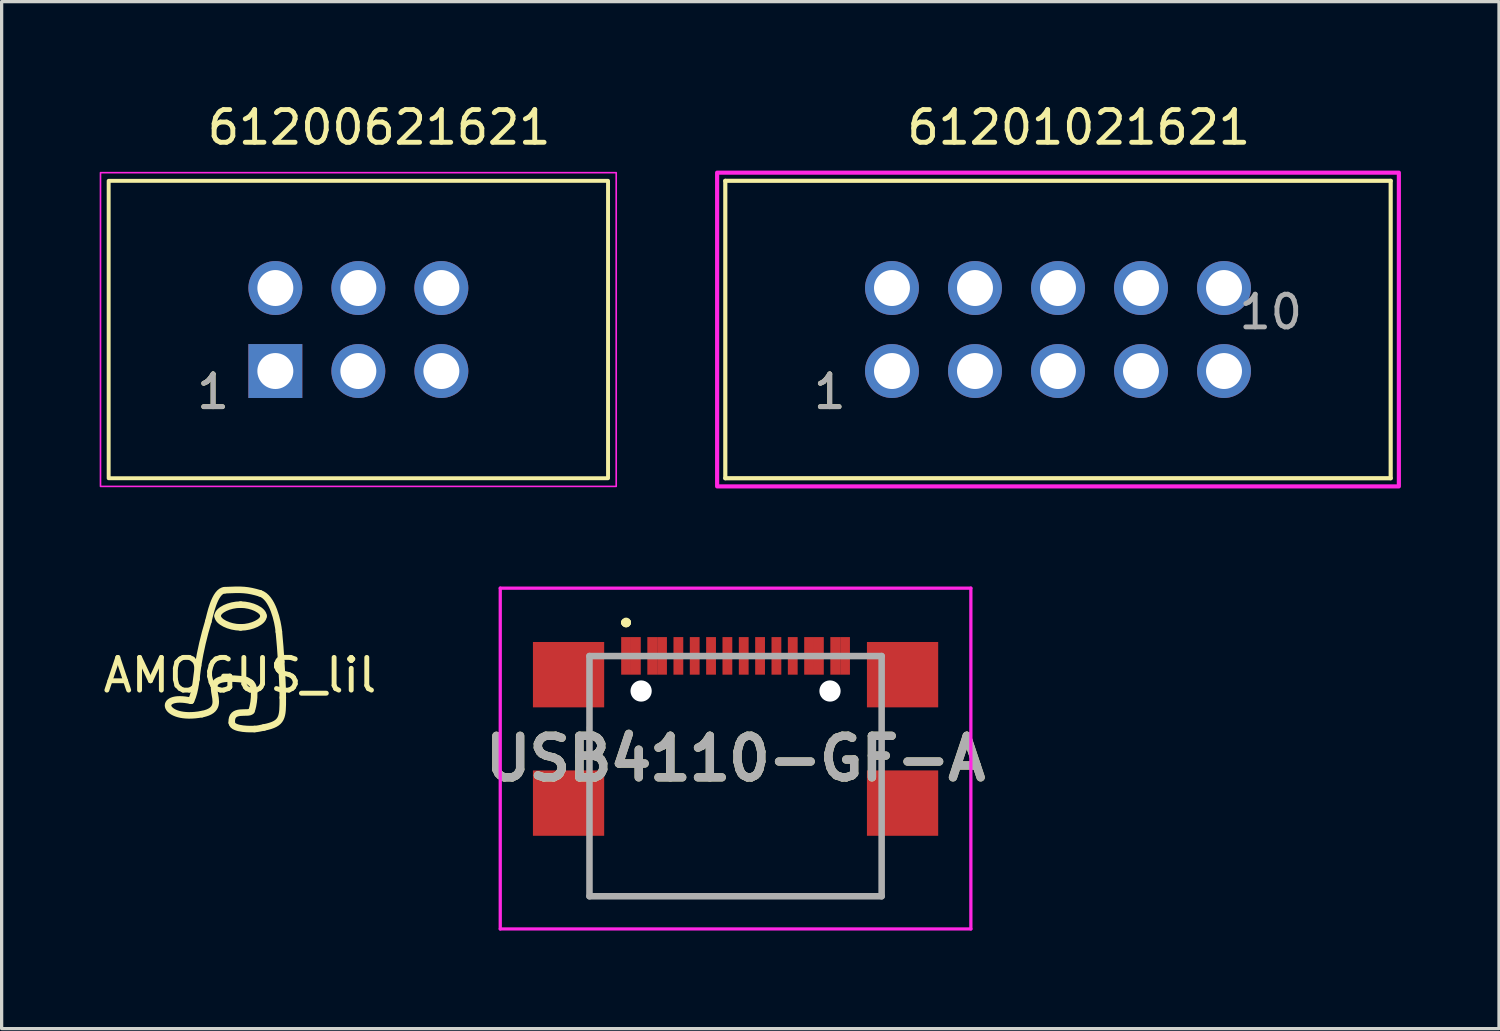
<source format=kicad_pcb>
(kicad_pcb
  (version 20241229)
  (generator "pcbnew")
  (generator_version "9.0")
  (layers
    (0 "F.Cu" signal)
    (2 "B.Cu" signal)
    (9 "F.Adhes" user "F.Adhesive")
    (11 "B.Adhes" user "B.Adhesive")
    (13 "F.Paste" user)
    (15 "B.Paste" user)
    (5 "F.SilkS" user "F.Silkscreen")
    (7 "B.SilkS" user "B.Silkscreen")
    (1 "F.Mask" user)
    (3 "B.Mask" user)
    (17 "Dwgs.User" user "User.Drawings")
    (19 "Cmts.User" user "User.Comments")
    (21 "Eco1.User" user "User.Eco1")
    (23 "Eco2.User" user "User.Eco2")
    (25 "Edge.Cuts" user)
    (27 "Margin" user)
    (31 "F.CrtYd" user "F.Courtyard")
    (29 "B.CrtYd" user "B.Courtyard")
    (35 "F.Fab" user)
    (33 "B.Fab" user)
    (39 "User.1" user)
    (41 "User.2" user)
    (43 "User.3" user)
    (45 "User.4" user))
  (footprint "61201021621"
    (layer "F.Cu")
    (at 29.323 7.033)
    (property "Reference" "61201021621" (at 0.635 -6.185 0) (layer "F.SilkS") (effects (font (size 1 1) (thickness 0.15))))
    (attr through_hole)
    (fp_line (start -10.18 -4.55) (end 10.18 -4.55) (stroke (width 0.127) (type solid)) (layer "F.SilkS"))
    (fp_line (start -10.18 4.55) (end -10.18 -4.55) (stroke (width 0.127) (type solid)) (layer "F.SilkS"))
    (fp_line (start 10.18 -4.55) (end 10.18 4.55) (stroke (width 0.127) (type solid)) (layer "F.SilkS"))
    (fp_line (start 10.18 4.55) (end -10.18 4.55) (stroke (width 0.127) (type solid)) (layer "F.SilkS"))
    (fp_poly (pts (xy -10.43 -4.8) (xy 10.43 -4.8) (xy 10.43 4.8) (xy -10.43 4.8)) (stroke (width 0.127) (type solid)) (fill no) (layer "F.CrtYd"))
    (fp_text user "1" (at -6.985 1.905 0) (layer "F.SilkS") (effects (font (size 1 1) (thickness 0.15))))
    (fp_text user "10" (at 6.51 -0.535 0) (layer "F.Fab") (effects (font (size 1 1) (thickness 0.15))))
    (fp_text user "1" (at -6.985 1.905 0) (layer "F.Fab") (effects (font (size 1 1) (thickness 0.15))))
    (pad "1" thru_hole circle (at -5.08 1.27) (size 1.65 1.65) (drill 1.1) (layers "*.Cu" "*.Mask"))
    (pad "2" thru_hole circle (at -5.08 -1.27) (size 1.65 1.65) (drill 1.1) (layers "*.Cu" "*.Mask"))
    (pad "3" thru_hole circle (at -2.54 1.27) (size 1.65 1.65) (drill 1.1) (layers "*.Cu" "*.Mask"))
    (pad "4" thru_hole circle (at -2.54 -1.27) (size 1.65 1.65) (drill 1.1) (layers "*.Cu" "*.Mask"))
    (pad "5" thru_hole circle (at 0 1.27) (size 1.65 1.65) (drill 1.1) (layers "*.Cu" "*.Mask"))
    (pad "6" thru_hole circle (at 0 -1.27) (size 1.65 1.65) (drill 1.1) (layers "*.Cu" "*.Mask"))
    (pad "7" thru_hole circle (at 2.54 1.27) (size 1.65 1.65) (drill 1.1) (layers "*.Cu" "*.Mask"))
    (pad "8" thru_hole circle (at 2.54 -1.27) (size 1.65 1.65) (drill 1.1) (layers "*.Cu" "*.Mask"))
    (pad "9" thru_hole circle (at 5.08 1.27) (size 1.65 1.65) (drill 1.1) (layers "*.Cu" "*.Mask"))
    (pad "10" thru_hole circle (at 5.08 -1.27) (size 1.65 1.65) (drill 1.1) (layers "*.Cu" "*.Mask")))
  (footprint "USB4110-GF-A"
    (layer "F.Cu")
    (at 19.457 20.697)
    (property "Reference" "USB4110-GF-A" (at 0 -0.536 0) (layer "F.SilkS") (effects (font (size 1.27 1.27) (thickness 0.254))))
    (attr smd)
    (fp_line (start -4.5 -1.5) (end -4.5 -0.75) (stroke (width 0.1) (type solid)) (layer "F.SilkS"))
    (fp_line (start -4.5 -0.75) (end -4.47 -0.75) (stroke (width 0.1) (type solid)) (layer "F.SilkS"))
    (fp_line (start -4.47 -1.5) (end -4.5 -1.5) (stroke (width 0.1) (type solid)) (layer "F.SilkS"))
    (fp_line (start -4.47 -0.75) (end -4.47 -1.5) (stroke (width 0.1) (type solid)) (layer "F.SilkS"))
    (fp_line (start -4.47 2.5) (end -4.47 2.5) (stroke (width 0.1) (type solid)) (layer "F.SilkS"))
    (fp_line (start -4.47 2.5) (end -4.47 3.677) (stroke (width 0.1) (type solid)) (layer "F.SilkS"))
    (fp_line (start -4.47 3.677) (end -4.47 2.5) (stroke (width 0.1) (type solid)) (layer "F.SilkS"))
    (fp_line (start -4.47 3.677) (end -4.47 3.677) (stroke (width 0.1) (type solid)) (layer "F.SilkS"))
    (fp_line (start -4.47 3.677) (end -4.47 3.677) (stroke (width 0.1) (type solid)) (layer "F.SilkS"))
    (fp_line (start -4.47 3.677) (end 4.47 3.677) (stroke (width 0.1) (type solid)) (layer "F.SilkS"))
    (fp_line (start -3.4 -4.7) (end -3.4 -4.7) (stroke (width 0.2) (type solid)) (layer "F.SilkS"))
    (fp_line (start -3.4 -4.7) (end -3.4 -4.7) (stroke (width 0.2) (type solid)) (layer "F.SilkS"))
    (fp_line (start -3.3 -4.7) (end -3.3 -4.7) (stroke (width 0.2) (type solid)) (layer "F.SilkS"))
    (fp_line (start 4.47 -1.75) (end 4.47 -1.75) (stroke (width 0.1) (type solid)) (layer "F.SilkS"))
    (fp_line (start 4.47 -1.75) (end 4.47 -0.75) (stroke (width 0.1) (type solid)) (layer "F.SilkS"))
    (fp_line (start 4.47 -0.75) (end 4.47 -1.75) (stroke (width 0.1) (type solid)) (layer "F.SilkS"))
    (fp_line (start 4.47 -0.75) (end 4.47 -0.75) (stroke (width 0.1) (type solid)) (layer "F.SilkS"))
    (fp_line (start 4.47 2.25) (end 4.47 2.25) (stroke (width 0.1) (type solid)) (layer "F.SilkS"))
    (fp_line (start 4.47 2.25) (end 4.47 3.677) (stroke (width 0.1) (type solid)) (layer "F.SilkS"))
    (fp_line (start 4.47 3.677) (end -4.47 3.677) (stroke (width 0.1) (type solid)) (layer "F.SilkS"))
    (fp_line (start 4.47 3.677) (end 4.47 2.25) (stroke (width 0.1) (type solid)) (layer "F.SilkS"))
    (fp_line (start 4.47 3.677) (end 4.47 3.677) (stroke (width 0.1) (type solid)) (layer "F.SilkS"))
    (fp_line (start 4.47 3.677) (end 4.47 3.677) (stroke (width 0.1) (type solid)) (layer "F.SilkS"))
    (fp_arc (start -3.4 -4.7) (mid -3.35 -4.75) (end -3.3 -4.7) (stroke (width 0.2) (type solid)) (layer "F.SilkS"))
    (fp_arc (start -3.3 -4.7) (mid -3.35 -4.65) (end -3.4 -4.7) (stroke (width 0.2) (type solid)) (layer "F.SilkS"))
    (fp_arc (start -3.3 -4.7) (mid -3.35 -4.65) (end -3.4 -4.7) (stroke (width 0.2) (type solid)) (layer "F.SilkS"))
    (fp_line (start -7.2 -5.75) (end 7.2 -5.75) (stroke (width 0.1) (type solid)) (layer "F.CrtYd"))
    (fp_line (start -7.2 4.677) (end -7.2 -5.75) (stroke (width 0.1) (type solid)) (layer "F.CrtYd"))
    (fp_line (start 7.2 -5.75) (end 7.2 4.677) (stroke (width 0.1) (type solid)) (layer "F.CrtYd"))
    (fp_line (start 7.2 4.677) (end -7.2 4.677) (stroke (width 0.1) (type solid)) (layer "F.CrtYd"))
    (fp_line (start -4.47 -3.673) (end -4.47 3.677) (stroke (width 0.2) (type solid)) (layer "F.Fab"))
    (fp_line (start -4.47 3.677) (end 4.47 3.677) (stroke (width 0.2) (type solid)) (layer "F.Fab"))
    (fp_line (start 4.47 -3.673) (end -4.47 -3.673) (stroke (width 0.2) (type solid)) (layer "F.Fab"))
    (fp_line (start 4.47 3.677) (end 4.47 -3.673) (stroke (width 0.2) (type solid)) (layer "F.Fab"))
    (fp_text user "${REFERENCE}" (at 0 -0.536 0) (layer "F.Fab") (effects (font (size 1.27 1.27) (thickness 0.254))))
    (pad "" np_thru_hole circle (at -2.89 -2.603) (size 0.65 0.65) (drill 0.65) (layers "*.Cu" "*.Mask"))
    (pad "" np_thru_hole circle (at 2.89 -2.603) (size 0.65 0.65) (drill 0.65) (layers "*.Cu" "*.Mask"))
    (pad "A1" smd rect (at -3.35 -3.678) (size 0.3 1.15) (layers "F.Cu" "F.Mask" "F.Paste"))
    (pad "A4" smd rect (at -2.55 -3.678) (size 0.3 1.15) (layers "F.Cu" "F.Mask" "F.Paste"))
    (pad "A5" smd rect (at -1.25 -3.678) (size 0.3 1.15) (layers "F.Cu" "F.Mask" "F.Paste"))
    (pad "A6" smd rect (at -0.25 -3.678) (size 0.3 1.15) (layers "F.Cu" "F.Mask" "F.Paste"))
    (pad "A7" smd rect (at 0.25 -3.678) (size 0.3 1.15) (layers "F.Cu" "F.Mask" "F.Paste"))
    (pad "A8" smd rect (at 1.25 -3.678) (size 0.3 1.15) (layers "F.Cu" "F.Mask" "F.Paste"))
    (pad "A9" smd rect (at 2.55 -3.678) (size 0.3 1.15) (layers "F.Cu" "F.Mask" "F.Paste"))
    (pad "A12" smd rect (at 3.35 -3.678) (size 0.3 1.15) (layers "F.Cu" "F.Mask" "F.Paste"))
    (pad "B1" smd rect (at 3.05 -3.678) (size 0.3 1.15) (layers "F.Cu" "F.Mask" "F.Paste"))
    (pad "B4" smd rect (at 2.25 -3.678) (size 0.3 1.15) (layers "F.Cu" "F.Mask" "F.Paste"))
    (pad "B5" smd rect (at 1.75 -3.678) (size 0.3 1.15) (layers "F.Cu" "F.Mask" "F.Paste"))
    (pad "B6" smd rect (at 0.75 -3.678) (size 0.3 1.15) (layers "F.Cu" "F.Mask" "F.Paste"))
    (pad "B7" smd rect (at -0.75 -3.678) (size 0.3 1.15) (layers "F.Cu" "F.Mask" "F.Paste"))
    (pad "B8" smd rect (at -1.75 -3.678) (size 0.3 1.15) (layers "F.Cu" "F.Mask" "F.Paste"))
    (pad "B9" smd rect (at -2.25 -3.678) (size 0.3 1.15) (layers "F.Cu" "F.Mask" "F.Paste"))
    (pad "B12" smd rect (at -3.05 -3.678) (size 0.3 1.15) (layers "F.Cu" "F.Mask" "F.Paste"))
    (pad "S1" smd rect (at -5.11 -3.103 90) (size 2 2.18) (layers "F.Cu" "F.Mask" "F.Paste"))
    (pad "S1" smd rect (at -5.11 0.827 90) (size 2 2.18) (layers "F.Cu" "F.Mask" "F.Paste"))
    (pad "S1" smd rect (at 5.11 -3.103 90) (size 2 2.18) (layers "F.Cu" "F.Mask" "F.Paste"))
    (pad "S1" smd rect (at 5.11 0.827 90) (size 2 2.18) (layers "F.Cu" "F.Mask" "F.Paste")))
  (footprint "61200621621"
    (layer "F.Cu")
    (at 7.915 7.033)
    (property "Reference" "61200621621" (at 0.635 -6.185 0) (layer "F.SilkS") (effects (font (size 1 1) (thickness 0.15))))
    (attr through_hole)
    (fp_poly (pts (xy 7.64 4.55) (xy 7.64 -4.55) (xy -7.64 -4.55) (xy -7.64 4.55)) (stroke (width 0.12) (type solid)) (fill no) (layer "F.SilkS"))
    (fp_poly (pts (xy -7.89 4.8) (xy 7.89 4.8) (xy 7.89 -4.8) (xy -7.89 -4.8)) (stroke (width 0.05) (type solid)) (fill no) (layer "F.CrtYd"))
    (fp_text user "1" (at -4.445 1.905 0) (layer "F.SilkS") (effects (font (size 1 1) (thickness 0.15))))
    (fp_text user "1" (at -4.445 1.905 0) (layer "F.Fab") (effects (font (size 1 1) (thickness 0.15))))
    (pad "1" thru_hole rect (at -2.54 1.27) (size 1.65 1.65) (drill 1.1) (layers "*.Cu" "*.Mask"))
    (pad "2" thru_hole circle (at -2.54 -1.27) (size 1.65 1.65) (drill 1.1) (layers "*.Cu" "*.Mask"))
    (pad "3" thru_hole circle (at 0 1.27) (size 1.65 1.65) (drill 1.1) (layers "*.Cu" "*.Mask"))
    (pad "4" thru_hole circle (at 0 -1.27) (size 1.65 1.65) (drill 1.1) (layers "*.Cu" "*.Mask"))
    (pad "5" thru_hole circle (at 2.54 1.27) (size 1.65 1.65) (drill 1.1) (layers "*.Cu" "*.Mask"))
    (pad "6" thru_hole circle (at 2.54 -1.27) (size 1.65 1.65) (drill 1.1) (layers "*.Cu" "*.Mask")))
  (footprint "AMOGUS_lil"
    (layer "F.Cu")
    (at 4.292 17.111)
    (property "Reference" "AMOGUS_lil" (at 0 0.5 0) (layer "F.SilkS") (effects (font (size 1 1) (thickness 0.15))))
    (attr through_hole)
    (fp_curve (pts (xy -1.497 1.282) (xy -1.344 0.976) (xy -1.336 0.54) (xy -1.281 0.202)) (stroke (width 0.2) (type solid)) (layer "F.SilkS"))
    (fp_curve (pts (xy -1.281 0.202) (xy -1.208 -0.254) (xy -1.104 -0.7) (xy -0.969 -1.142)) (stroke (width 0.2) (type solid)) (layer "F.SilkS"))
    (fp_curve (pts (xy -1.161 1.69) (xy -2.363 1.921) (xy -2.584 1.041) (xy -1.497 1.282)) (stroke (width 0.2) (type solid)) (layer "F.SilkS"))
    (fp_curve (pts (xy -0.969 -1.142) (xy -0.923 -1.294) (xy -0.785 -2.086) (xy -0.465 -2.102)) (stroke (width 0.2) (type solid)) (layer "F.SilkS"))
    (fp_curve (pts (xy -0.682 -1.315) (xy -0.681 -1.489) (xy -0.33 -1.661) (xy 0.021 -1.66)) (stroke (width 0.2) (type solid)) (layer "F.SilkS"))
    (fp_curve (pts (xy -0.465 -2.102) (xy 0.063 -2.128) (xy 0.226 -2.122) (xy 0.615 -2.006)) (stroke (width 0.2) (type solid)) (layer "F.SilkS"))
    (fp_curve (pts (xy -0.249 1.954) (xy -0.288 1.483) (xy 0.274 1.725) (xy 0.351 1.594)) (stroke (width 0.2) (type solid)) (layer "F.SilkS"))
    (fp_curve (pts (xy 0.019 -0.964) (xy -0.332 -0.966) (xy -0.682 -1.141) (xy -0.682 -1.315)) (stroke (width 0.2) (type solid)) (layer "F.SilkS"))
    (fp_curve (pts (xy 0.021 -1.66) (xy 0.372 -1.659) (xy 0.722 -1.484) (xy 0.721 -1.31)) (stroke (width 0.2) (type solid)) (layer "F.SilkS"))
    (fp_curve (pts (xy 0.135 0.634) (xy -1.682 0.407) (xy -0.062 1.479) (xy -1.161 1.69)) (stroke (width 0.2) (type solid)) (layer "F.SilkS"))
    (fp_curve (pts (xy 0.327 0.73) (xy 0.268 0.689) (xy 0.206 0.643) (xy 0.135 0.634)) (stroke (width 0.2) (type solid)) (layer "F.SilkS"))
    (fp_curve (pts (xy 0.351 1.594) (xy 0.406 1.501) (xy 0.524 0.868) (xy 0.327 0.73)) (stroke (width 0.2) (type solid)) (layer "F.SilkS"))
    (fp_curve (pts (xy 0.447 2.146) (xy 0.402 2.148) (xy -0.23 2.178) (xy -0.249 1.954)) (stroke (width 0.2) (type solid)) (layer "F.SilkS"))
    (fp_curve (pts (xy 0.615 -2.006) (xy 1.004 -1.889) (xy 1.161 -1.133) (xy 1.191 -0.83)) (stroke (width 0.2) (type solid)) (layer "F.SilkS"))
    (fp_curve (pts (xy 0.721 -1.31) (xy 0.72 -1.136) (xy 0.369 -0.963) (xy 0.019 -0.964)) (stroke (width 0.2) (type solid)) (layer "F.SilkS"))
    (fp_curve (pts (xy 0.735 2.098) (xy 0.639 2.117) (xy 0.544 2.143) (xy 0.447 2.146)) (stroke (width 0.2) (type solid)) (layer "F.SilkS"))
    (fp_curve (pts (xy 1.191 -0.83) (xy 1.221 -0.526) (xy 1.245 -0.222) (xy 1.263 0.082)) (stroke (width 0.2) (type solid)) (layer "F.SilkS"))
    (fp_curve (pts (xy 1.263 0.082) (xy 1.285 0.45) (xy 1.311 0.818) (xy 1.311 1.186)) (stroke (width 0.2) (type solid)) (layer "F.SilkS"))
    (fp_curve (pts (xy 1.311 1.186) (xy 1.311 1.797) (xy 1.316 1.982) (xy 0.735 2.098)) (stroke (width 0.2) (type solid)) (layer "F.SilkS")))
  (gr_rect
    (start -3 -3)
    (end 42.817 28.424)
    (stroke (width 0.1) (type default))
    (fill no)
    (layer "Edge.Cuts")))
</source>
